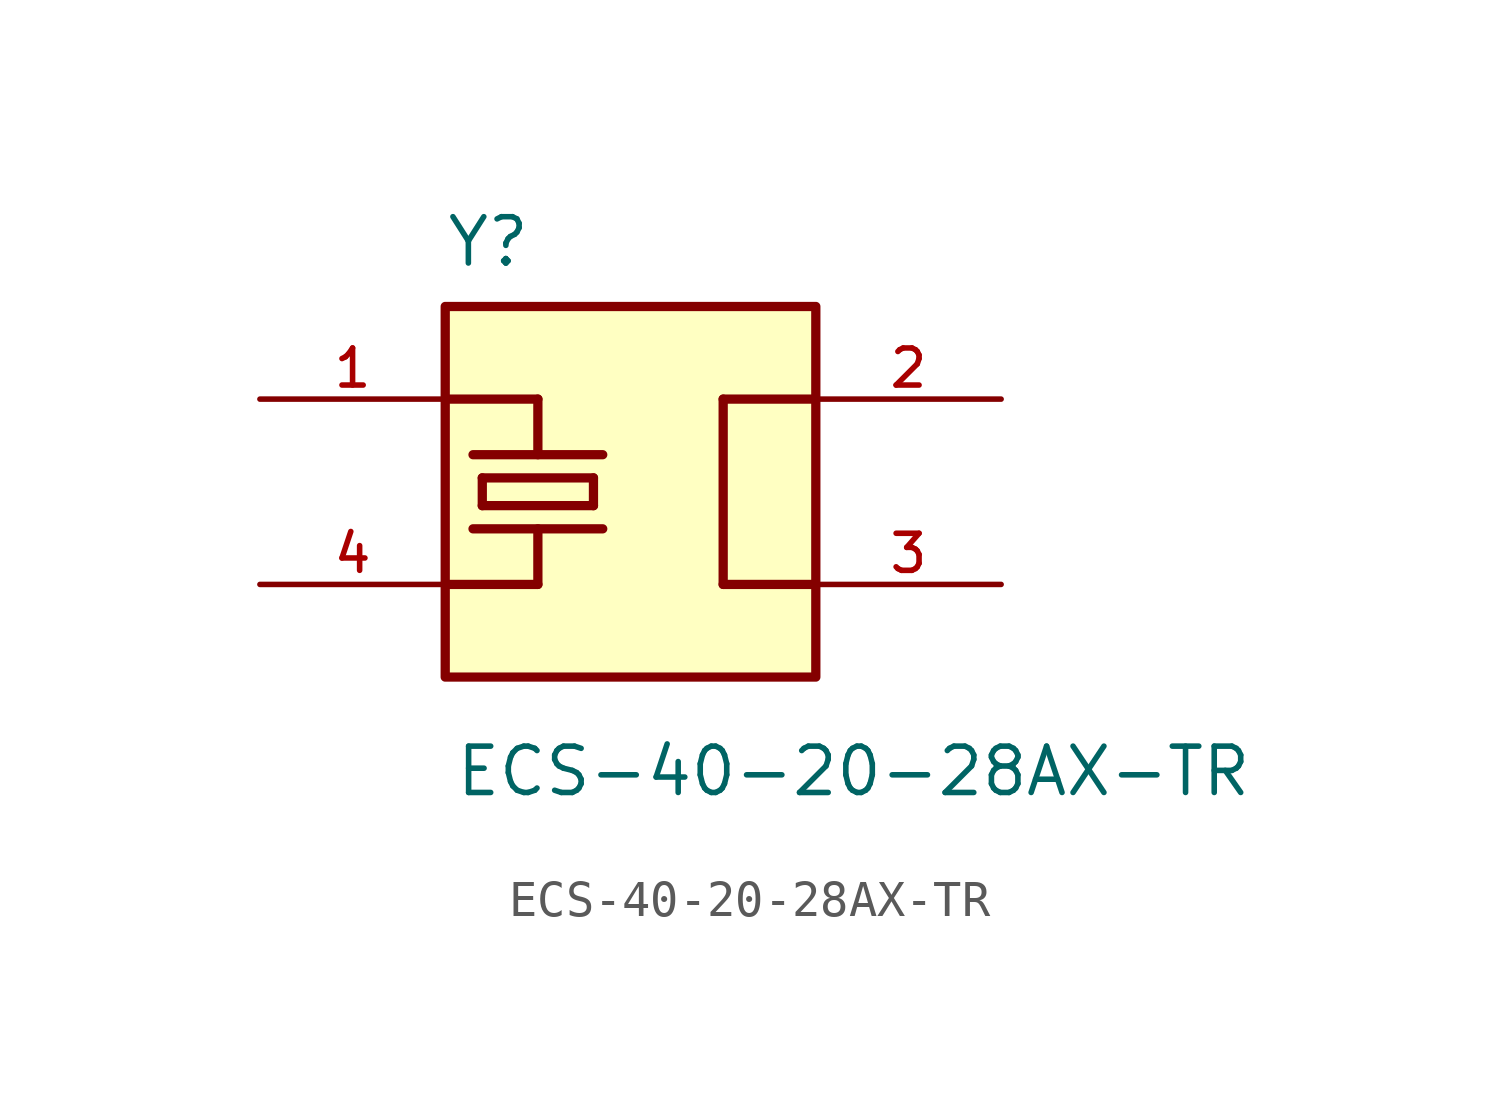
<source format=kicad_sym>
(kicad_symbol_lib
  (version 20211014)
  (generator kicad_symbol_editor)
  (symbol "ECS-40-20-28AX-TR"
    (pin_names
      (offset 1.016))
    (property "Reference" "Y"
      (at -5.09 6.108 0)
      (effects (font (size 1.27 1.27)) (justify bottom left)))
    (property "Value" "ECS-40-20-28AX-TR"
      (at -4.841 -8.407 0)
      (effects (font (size 1.27 1.27)) (justify bottom left)))
    (symbol "ECS-40-20-28AX-TR_0_0"
      (polyline (pts (xy 2.54 2.54) (xy 2.54 -2.54)) (stroke (width 0.254)))
      (polyline (pts (xy -1.016 0.381) (xy -4.064 0.381)) (stroke (width 0.254)))
      (polyline (pts (xy -4.064 0.381) (xy -4.064 -0.381)) (stroke (width 0.254)))
      (polyline (pts (xy -4.064 -0.381) (xy -1.016 -0.381)) (stroke (width 0.254)))
      (polyline (pts (xy -1.016 -0.381) (xy -1.016 0.381)) (stroke (width 0.254)))
      (polyline (pts (xy -0.762 -1.016) (xy -4.318 -1.016)) (stroke (width 0.254)))
      (polyline (pts (xy -0.762 1.016) (xy -4.318 1.016)) (stroke (width 0.254)))
      (polyline (pts (xy -5.08 2.54) (xy -2.54 2.54)) (stroke (width 0.254)))
      (polyline (pts (xy -2.54 2.54) (xy -2.54 1.016)) (stroke (width 0.254)))
      (polyline (pts (xy -2.54 -1.016) (xy -2.54 -2.54)) (stroke (width 0.254)))
      (polyline (pts (xy -2.54 -2.54) (xy -5.08 -2.54)) (stroke (width 0.254)))
      (polyline (pts (xy 2.54 2.54) (xy 5.08 2.54)) (stroke (width 0.254)))
      (polyline (pts (xy 2.54 -2.54) (xy 5.08 -2.54)) (stroke (width 0.254)))
      (rectangle (start -5.08 -5.08) (end 5.08 5.08) (stroke (width 0.254)) (fill (type background)))
      (pin passive line (at -10.16 2.54 0) (length 5.08) (name "~" (effects (font (size 1.016 1.016)))) (number "1" (effects (font (size 1.016 1.016)))))
      (pin passive line (at -10.16 -2.54 0) (length 5.08) (name "~" (effects (font (size 1.016 1.016)))) (number "4" (effects (font (size 1.016 1.016)))))
      (pin passive line (at 10.16 -2.54 180.0) (length 5.08) (name "~" (effects (font (size 1.016 1.016)))) (number "3" (effects (font (size 1.016 1.016)))))
      (pin passive line (at 10.16 2.54 180.0) (length 5.08) (name "~" (effects (font (size 1.016 1.016)))) (number "2" (effects (font (size 1.016 1.016))))))))
</source>
